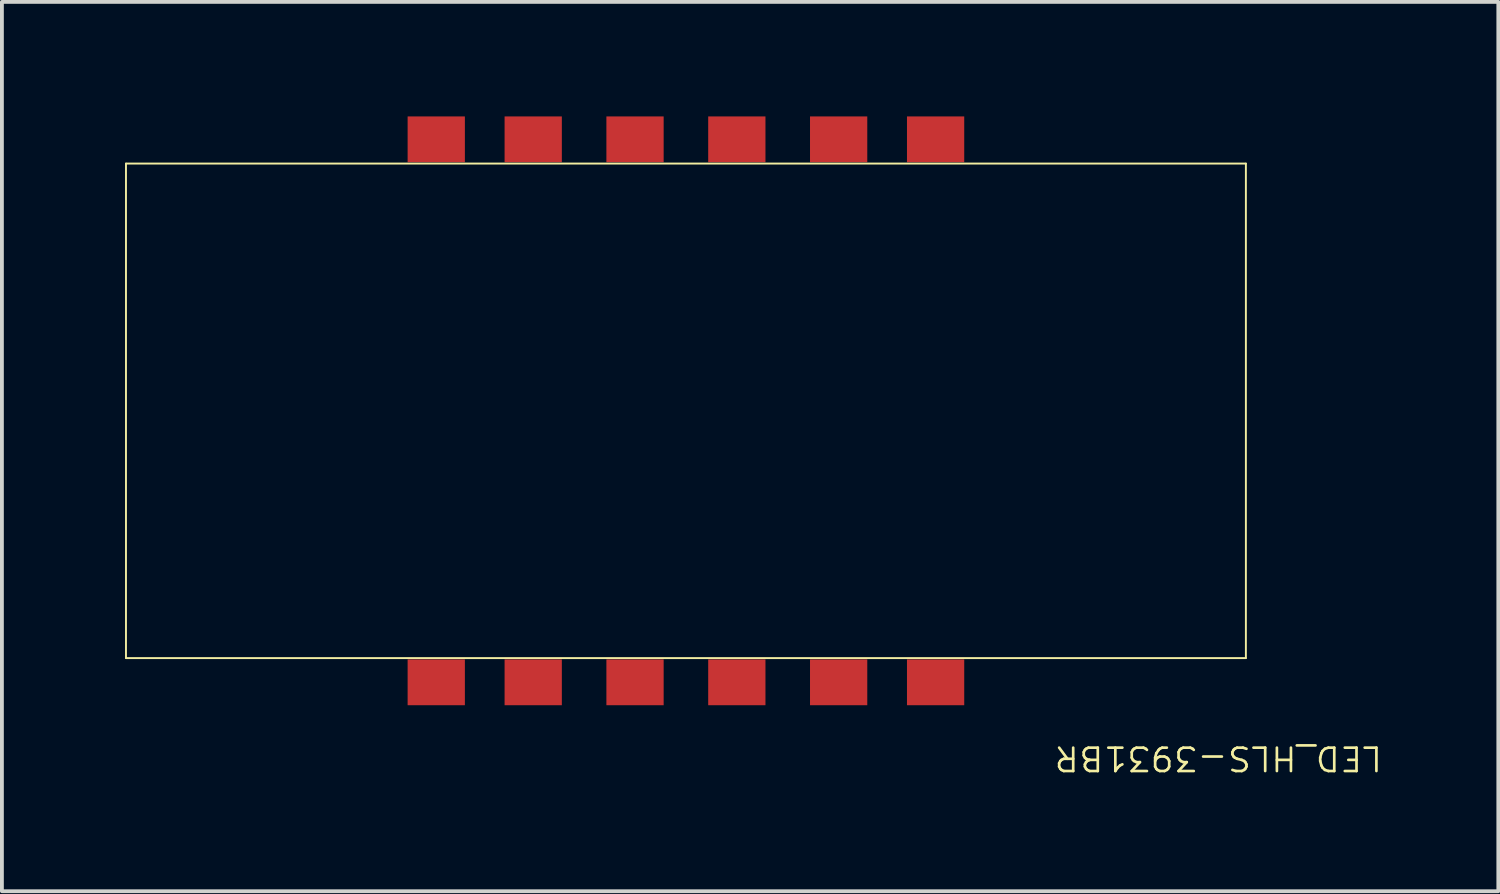
<source format=kicad_pcb>
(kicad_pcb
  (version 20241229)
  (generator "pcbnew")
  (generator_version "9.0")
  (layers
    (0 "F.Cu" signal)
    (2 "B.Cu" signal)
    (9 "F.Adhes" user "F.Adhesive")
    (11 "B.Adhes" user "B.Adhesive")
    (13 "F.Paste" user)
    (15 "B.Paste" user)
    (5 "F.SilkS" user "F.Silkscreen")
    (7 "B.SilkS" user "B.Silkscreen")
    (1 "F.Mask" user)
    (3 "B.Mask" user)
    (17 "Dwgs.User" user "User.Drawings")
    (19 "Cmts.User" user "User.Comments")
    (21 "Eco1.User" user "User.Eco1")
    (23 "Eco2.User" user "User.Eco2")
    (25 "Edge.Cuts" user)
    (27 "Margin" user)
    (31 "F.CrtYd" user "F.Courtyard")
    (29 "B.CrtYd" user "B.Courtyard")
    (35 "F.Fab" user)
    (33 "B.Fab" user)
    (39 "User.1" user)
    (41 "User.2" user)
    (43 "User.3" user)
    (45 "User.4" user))
  (footprint "LED_HLS-3931BR"
    (layer "F.Cu")
    (at 0.25 14.189)
    (property "Reference" "LED_HLS-3931BR" (at 28.616 2.626 180) (unlocked yes) (layer "F.SilkS") (effects (font (size 0.612 0.644) (thickness 0.07))))
    (attr smd)
    (fp_line (start 0 -12.954) (end 29.337 -12.954) (stroke (width 0.05) (type solid)) (layer "F.SilkS"))
    (fp_line (start 0 0) (end 0 -12.954) (stroke (width 0.05) (type solid)) (layer "F.SilkS"))
    (fp_line (start 0 0) (end 29.337 0) (stroke (width 0.05) (type solid)) (layer "F.SilkS"))
    (fp_line (start 29.337 0) (end 29.337 -12.954) (stroke (width 0.05) (type solid)) (layer "F.SilkS"))
    (pad "1" smd rect (at 8.128 0.635) (size 1.5 1.2) (layers "F.Cu" "F.Mask" "F.Paste"))
    (pad "2" smd rect (at 10.668 0.635) (size 1.5 1.2) (layers "F.Cu" "F.Mask" "F.Paste"))
    (pad "3" smd rect (at 13.335 0.635) (size 1.5 1.2) (layers "F.Cu" "F.Mask" "F.Paste"))
    (pad "4" smd rect (at 16.002 0.635) (size 1.5 1.2) (layers "F.Cu" "F.Mask" "F.Paste"))
    (pad "5" smd rect (at 18.669 0.635) (size 1.5 1.2) (layers "F.Cu" "F.Mask" "F.Paste"))
    (pad "6" smd rect (at 21.209 0.635) (size 1.5 1.2) (layers "F.Cu" "F.Mask" "F.Paste"))
    (pad "7" smd rect (at 21.209 -13.589) (size 1.5 1.2) (layers "F.Cu" "F.Mask" "F.Paste"))
    (pad "8" smd rect (at 18.669 -13.589) (size 1.5 1.2) (layers "F.Cu" "F.Mask" "F.Paste"))
    (pad "9" smd rect (at 16.002 -13.589) (size 1.5 1.2) (layers "F.Cu" "F.Mask" "F.Paste"))
    (pad "10" smd rect (at 13.335 -13.589) (size 1.5 1.2) (layers "F.Cu" "F.Mask" "F.Paste"))
    (pad "11" smd rect (at 10.668 -13.589) (size 1.5 1.2) (layers "F.Cu" "F.Mask" "F.Paste"))
    (pad "12" smd rect (at 8.128 -13.589) (size 1.5 1.2) (layers "F.Cu" "F.Mask" "F.Paste")))
  (gr_rect
    (start -3 -3)
    (end 36.2 20.296)
    (stroke (width 0.1) (type default))
    (fill no)
    (layer "Edge.Cuts")))
</source>
